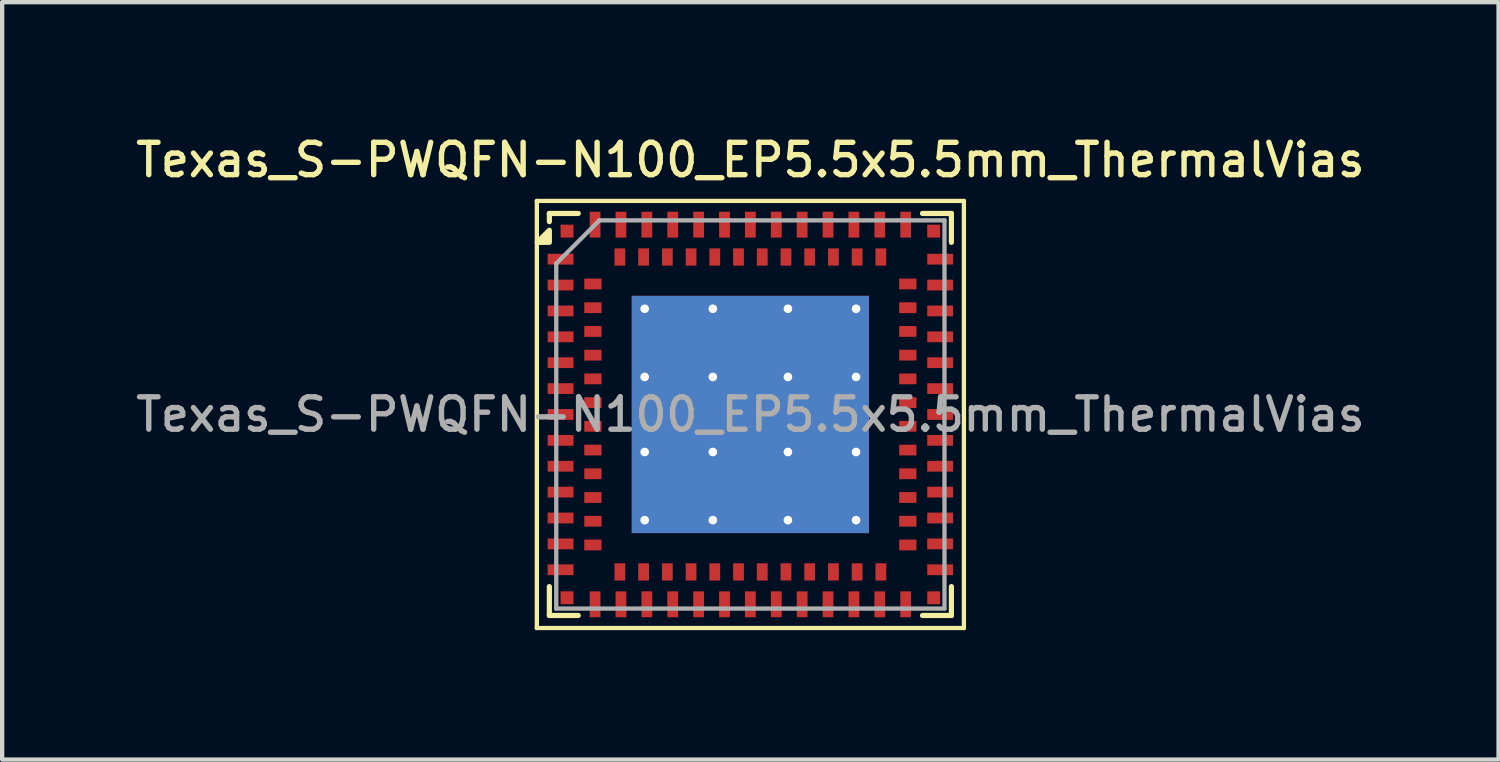
<source format=kicad_pcb>
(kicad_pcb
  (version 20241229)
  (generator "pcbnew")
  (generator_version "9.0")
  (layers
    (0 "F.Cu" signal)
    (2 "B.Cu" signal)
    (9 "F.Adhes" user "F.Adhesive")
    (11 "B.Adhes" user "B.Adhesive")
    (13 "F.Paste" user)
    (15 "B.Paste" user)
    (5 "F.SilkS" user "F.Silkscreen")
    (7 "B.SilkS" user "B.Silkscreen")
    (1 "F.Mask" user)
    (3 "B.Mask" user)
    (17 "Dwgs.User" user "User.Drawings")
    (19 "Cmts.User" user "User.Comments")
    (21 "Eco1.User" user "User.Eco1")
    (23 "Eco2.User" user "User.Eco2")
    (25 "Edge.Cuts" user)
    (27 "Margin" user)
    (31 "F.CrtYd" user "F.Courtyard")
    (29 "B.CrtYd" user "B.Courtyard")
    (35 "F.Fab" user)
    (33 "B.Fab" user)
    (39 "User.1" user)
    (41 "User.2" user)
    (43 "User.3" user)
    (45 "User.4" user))
  (footprint "Texas_S-PWQFN-N100_EP5.5x5.5mm_ThermalVias"
    (layer "F.Cu")
    (at 14.345 6.558)
    (property "Reference" "Texas_S-PWQFN-N100_EP5.5x5.5mm_ThermalVias" (at 0 -5.9 0) (layer "F.SilkS") (effects (font (size 0.75 0.75) (thickness 0.125))))
    (attr smd)
    (fp_line (start -4.95 -4.95) (end 4.95 -4.95) (stroke (width 0.1) (type solid)) (layer "F.SilkS"))
    (fp_line (start -4.95 4.95) (end -4.95 -4.95) (stroke (width 0.1) (type solid)) (layer "F.SilkS"))
    (fp_line (start -4.66 -4.66) (end -3.99 -4.66) (stroke (width 0.12) (type solid)) (layer "F.SilkS"))
    (fp_line (start -4.66 -4.47) (end -4.66 -4.66) (stroke (width 0.12) (type solid)) (layer "F.SilkS"))
    (fp_line (start -4.66 3.99) (end -4.66 4.66) (stroke (width 0.12) (type solid)) (layer "F.SilkS"))
    (fp_line (start -4.66 4.66) (end -3.99 4.66) (stroke (width 0.12) (type solid)) (layer "F.SilkS"))
    (fp_line (start 4.66 -4.66) (end 3.99 -4.66) (stroke (width 0.12) (type solid)) (layer "F.SilkS"))
    (fp_line (start 4.66 -3.99) (end 4.66 -4.66) (stroke (width 0.12) (type solid)) (layer "F.SilkS"))
    (fp_line (start 4.66 3.99) (end 4.66 4.66) (stroke (width 0.12) (type solid)) (layer "F.SilkS"))
    (fp_line (start 4.66 4.66) (end 3.99 4.66) (stroke (width 0.12) (type solid)) (layer "F.SilkS"))
    (fp_line (start 4.95 -4.95) (end 4.95 4.95) (stroke (width 0.1) (type solid)) (layer "F.SilkS"))
    (fp_line (start 4.95 4.95) (end -4.95 4.95) (stroke (width 0.1) (type solid)) (layer "F.SilkS"))
    (fp_poly (pts (xy -4.66 -3.99) (xy -4.94 -3.99) (xy -4.66 -4.27) (xy -4.66 -3.99)) (stroke (width 0.12) (type solid)) (fill yes) (layer "F.SilkS"))
    (fp_line (start -4.5 -3.5) (end -4.5 4.5) (stroke (width 0.1) (type solid)) (layer "F.Fab"))
    (fp_line (start -4.5 4.5) (end 4.5 4.5) (stroke (width 0.1) (type solid)) (layer "F.Fab"))
    (fp_line (start -3.5 -4.5) (end -4.5 -3.5) (stroke (width 0.1) (type default)) (layer "F.Fab"))
    (fp_line (start -3.5 -4.5) (end 4.5 -4.5) (stroke (width 0.1) (type solid)) (layer "F.Fab"))
    (fp_line (start 4.5 -4.5) (end 4.5 4.5) (stroke (width 0.1) (type solid)) (layer "F.Fab"))
    (fp_text user "${REFERENCE}" (at 0 0 0) (layer "F.Fab") (effects (font (size 0.75 0.75) (thickness 0.125))))
    (pad "" smd rect (at -1.66 -1.66) (size 1.5 1.5) (layers "F.Paste"))
    (pad "" smd rect (at -1.66 0) (size 1.5 1.5) (layers "F.Paste"))
    (pad "" smd rect (at -1.66 1.66) (size 1.5 1.5) (layers "F.Paste"))
    (pad "" smd rect (at 0 -1.66) (size 1.5 1.5) (layers "F.Paste"))
    (pad "" smd rect (at 0 0) (size 1.5 1.5) (layers "F.Paste"))
    (pad "" smd rect (at 0 1.66) (size 1.5 1.5) (layers "F.Paste"))
    (pad "" smd rect (at 1.66 -1.66) (size 1.5 1.5) (layers "F.Paste"))
    (pad "" smd rect (at 1.66 0) (size 1.5 1.5) (layers "F.Paste"))
    (pad "" smd rect (at 1.66 1.66) (size 1.5 1.5) (layers "F.Paste"))
    (pad "A1" smd rect (at -4.4 -3.6 90) (size 0.25 0.6) (layers "F.Cu" "F.Mask" "F.Paste"))
    (pad "A2" smd rect (at -4.4 -3 90) (size 0.25 0.6) (layers "F.Cu" "F.Mask" "F.Paste"))
    (pad "A3" smd rect (at -4.4 -2.4 90) (size 0.25 0.6) (layers "F.Cu" "F.Mask" "F.Paste"))
    (pad "A4" smd rect (at -4.4 -1.8 90) (size 0.25 0.6) (layers "F.Cu" "F.Mask" "F.Paste"))
    (pad "A5" smd rect (at -4.4 -1.2 90) (size 0.25 0.6) (layers "F.Cu" "F.Mask" "F.Paste"))
    (pad "A6" smd rect (at -4.4 -0.6 90) (size 0.25 0.6) (layers "F.Cu" "F.Mask" "F.Paste"))
    (pad "A7" smd rect (at -4.4 0 90) (size 0.25 0.6) (layers "F.Cu" "F.Mask" "F.Paste"))
    (pad "A8" smd rect (at -4.4 0.6 90) (size 0.25 0.6) (layers "F.Cu" "F.Mask" "F.Paste"))
    (pad "A9" smd rect (at -4.4 1.2 90) (size 0.25 0.6) (layers "F.Cu" "F.Mask" "F.Paste"))
    (pad "A10" smd rect (at -4.4 1.8 90) (size 0.25 0.6) (layers "F.Cu" "F.Mask" "F.Paste"))
    (pad "A11" smd rect (at -4.4 2.4 90) (size 0.25 0.6) (layers "F.Cu" "F.Mask" "F.Paste"))
    (pad "A12" smd rect (at -4.4 3 90) (size 0.25 0.6) (layers "F.Cu" "F.Mask" "F.Paste"))
    (pad "A13" smd rect (at -4.4 3.6 90) (size 0.25 0.6) (layers "F.Cu" "F.Mask" "F.Paste"))
    (pad "A14" smd rect (at -3.6 4.4) (size 0.25 0.6) (layers "F.Cu" "F.Mask" "F.Paste"))
    (pad "A15" smd rect (at -3 4.4) (size 0.25 0.6) (layers "F.Cu" "F.Mask" "F.Paste"))
    (pad "A16" smd rect (at -2.4 4.4) (size 0.25 0.6) (layers "F.Cu" "F.Mask" "F.Paste"))
    (pad "A17" smd rect (at -1.8 4.4) (size 0.25 0.6) (layers "F.Cu" "F.Mask" "F.Paste"))
    (pad "A18" smd rect (at -1.2 4.4) (size 0.25 0.6) (layers "F.Cu" "F.Mask" "F.Paste"))
    (pad "A19" smd rect (at -0.6 4.4) (size 0.25 0.6) (layers "F.Cu" "F.Mask" "F.Paste"))
    (pad "A20" smd rect (at 0 4.4) (size 0.25 0.6) (layers "F.Cu" "F.Mask" "F.Paste"))
    (pad "A21" smd rect (at 0.6 4.4) (size 0.25 0.6) (layers "F.Cu" "F.Mask" "F.Paste"))
    (pad "A22" smd rect (at 1.2 4.4) (size 0.25 0.6) (layers "F.Cu" "F.Mask" "F.Paste"))
    (pad "A23" smd rect (at 1.8 4.4) (size 0.25 0.6) (layers "F.Cu" "F.Mask" "F.Paste"))
    (pad "A24" smd rect (at 2.4 4.4) (size 0.25 0.6) (layers "F.Cu" "F.Mask" "F.Paste"))
    (pad "A25" smd rect (at 3 4.4) (size 0.25 0.6) (layers "F.Cu" "F.Mask" "F.Paste"))
    (pad "A26" smd rect (at 3.6 4.4) (size 0.25 0.6) (layers "F.Cu" "F.Mask" "F.Paste"))
    (pad "A27" smd rect (at 4.4 3.6 90) (size 0.25 0.6) (layers "F.Cu" "F.Mask" "F.Paste"))
    (pad "A28" smd rect (at 4.4 3 90) (size 0.25 0.6) (layers "F.Cu" "F.Mask" "F.Paste"))
    (pad "A29" smd rect (at 4.4 2.4 90) (size 0.25 0.6) (layers "F.Cu" "F.Mask" "F.Paste"))
    (pad "A30" smd rect (at 4.4 1.8 90) (size 0.25 0.6) (layers "F.Cu" "F.Mask" "F.Paste"))
    (pad "A31" smd rect (at 4.4 1.2 90) (size 0.25 0.6) (layers "F.Cu" "F.Mask" "F.Paste"))
    (pad "A32" smd rect (at 4.4 0.6 90) (size 0.25 0.6) (layers "F.Cu" "F.Mask" "F.Paste"))
    (pad "A33" smd rect (at 4.4 0 90) (size 0.25 0.6) (layers "F.Cu" "F.Mask" "F.Paste"))
    (pad "A34" smd rect (at 4.4 -0.6 90) (size 0.25 0.6) (layers "F.Cu" "F.Mask" "F.Paste"))
    (pad "A35" smd rect (at 4.4 -1.2 90) (size 0.25 0.6) (layers "F.Cu" "F.Mask" "F.Paste"))
    (pad "A36" smd rect (at 4.4 -1.8 90) (size 0.25 0.6) (layers "F.Cu" "F.Mask" "F.Paste"))
    (pad "A37" smd rect (at 4.4 -2.4 90) (size 0.25 0.6) (layers "F.Cu" "F.Mask" "F.Paste"))
    (pad "A38" smd rect (at 4.4 -3 90) (size 0.25 0.6) (layers "F.Cu" "F.Mask" "F.Paste"))
    (pad "A39" smd rect (at 4.4 -3.6 90) (size 0.25 0.6) (layers "F.Cu" "F.Mask" "F.Paste"))
    (pad "A40" smd rect (at 3.6 -4.4) (size 0.25 0.6) (layers "F.Cu" "F.Mask" "F.Paste"))
    (pad "A41" smd rect (at 3 -4.4) (size 0.25 0.6) (layers "F.Cu" "F.Mask" "F.Paste"))
    (pad "A42" smd rect (at 2.4 -4.4) (size 0.25 0.6) (layers "F.Cu" "F.Mask" "F.Paste"))
    (pad "A43" smd rect (at 1.8 -4.4) (size 0.25 0.6) (layers "F.Cu" "F.Mask" "F.Paste"))
    (pad "A44" smd rect (at 1.2 -4.4) (size 0.25 0.6) (layers "F.Cu" "F.Mask" "F.Paste"))
    (pad "A45" smd rect (at 0.6 -4.4) (size 0.25 0.6) (layers "F.Cu" "F.Mask" "F.Paste"))
    (pad "A46" smd rect (at 0 -4.4) (size 0.25 0.6) (layers "F.Cu" "F.Mask" "F.Paste"))
    (pad "A47" smd rect (at -0.6 -4.4) (size 0.25 0.6) (layers "F.Cu" "F.Mask" "F.Paste"))
    (pad "A48" smd rect (at -1.2 -4.4) (size 0.25 0.6) (layers "F.Cu" "F.Mask" "F.Paste"))
    (pad "A49" smd rect (at -1.8 -4.4) (size 0.25 0.6) (layers "F.Cu" "F.Mask" "F.Paste"))
    (pad "A50" smd rect (at -2.4 -4.4) (size 0.25 0.6) (layers "F.Cu" "F.Mask" "F.Paste"))
    (pad "A51" smd rect (at -3 -4.4) (size 0.25 0.6) (layers "F.Cu" "F.Mask" "F.Paste"))
    (pad "A52" smd rect (at -3.6 -4.4) (size 0.25 0.6) (layers "F.Cu" "F.Mask" "F.Paste"))
    (pad "A53" thru_hole circle (at -2.45 -2.45) (size 0.5 0.5) (drill 0.2) (layers "*.Cu"))
    (pad "A53" thru_hole circle (at -2.45 -0.87) (size 0.5 0.5) (drill 0.2) (layers "*.Cu"))
    (pad "A53" thru_hole circle (at -2.45 0.87) (size 0.5 0.5) (drill 0.2) (layers "*.Cu"))
    (pad "A53" thru_hole circle (at -2.45 2.45) (size 0.5 0.5) (drill 0.2) (layers "*.Cu"))
    (pad "A53" thru_hole circle (at -0.87 -2.45) (size 0.5 0.5) (drill 0.2) (layers "*.Cu"))
    (pad "A53" thru_hole circle (at -0.87 -0.87) (size 0.5 0.5) (drill 0.2) (layers "*.Cu"))
    (pad "A53" thru_hole circle (at -0.87 0.87) (size 0.5 0.5) (drill 0.2) (layers "*.Cu"))
    (pad "A53" thru_hole circle (at -0.87 2.45) (size 0.5 0.5) (drill 0.2) (layers "*.Cu"))
    (pad "A53" smd rect (at 0 0) (size 5.5 5.5) (layers "F.Cu" "F.Mask"))
    (pad "A53" smd rect (at 0 0) (size 5.5 5.5) (layers "B.Cu"))
    (pad "A53" thru_hole circle (at 0.87 -2.45) (size 0.5 0.5) (drill 0.2) (layers "*.Cu"))
    (pad "A53" thru_hole circle (at 0.87 -0.87) (size 0.5 0.5) (drill 0.2) (layers "*.Cu"))
    (pad "A53" thru_hole circle (at 0.87 0.87) (size 0.5 0.5) (drill 0.2) (layers "*.Cu"))
    (pad "A53" thru_hole circle (at 0.87 2.45) (size 0.5 0.5) (drill 0.2) (layers "*.Cu"))
    (pad "A53" thru_hole circle (at 2.45 -2.45) (size 0.5 0.5) (drill 0.2) (layers "*.Cu"))
    (pad "A53" thru_hole circle (at 2.45 -0.87) (size 0.5 0.5) (drill 0.2) (layers "*.Cu"))
    (pad "A53" thru_hole circle (at 2.45 0.87) (size 0.5 0.5) (drill 0.2) (layers "*.Cu"))
    (pad "A53" thru_hole circle (at 2.45 2.45) (size 0.5 0.5) (drill 0.2) (layers "*.Cu"))
    (pad "B1" smd rect (at -3.65 -3.025 90) (size 0.25 0.4) (layers "F.Cu" "F.Mask" "F.Paste"))
    (pad "B2" smd rect (at -3.65 -2.475 90) (size 0.25 0.4) (layers "F.Cu" "F.Mask" "F.Paste"))
    (pad "B3" smd rect (at -3.65 -1.925 90) (size 0.25 0.4) (layers "F.Cu" "F.Mask" "F.Paste"))
    (pad "B4" smd rect (at -3.65 -1.375 90) (size 0.25 0.4) (layers "F.Cu" "F.Mask" "F.Paste"))
    (pad "B5" smd rect (at -3.65 -0.825 90) (size 0.25 0.4) (layers "F.Cu" "F.Mask" "F.Paste"))
    (pad "B6" smd rect (at -3.65 -0.275 90) (size 0.25 0.4) (layers "F.Cu" "F.Mask" "F.Paste"))
    (pad "B7" smd rect (at -3.65 0.275 90) (size 0.25 0.4) (layers "F.Cu" "F.Mask" "F.Paste"))
    (pad "B8" smd rect (at -3.65 0.825 90) (size 0.25 0.4) (layers "F.Cu" "F.Mask" "F.Paste"))
    (pad "B9" smd rect (at -3.65 1.375 90) (size 0.25 0.4) (layers "F.Cu" "F.Mask" "F.Paste"))
    (pad "B10" smd rect (at -3.65 1.925 90) (size 0.25 0.4) (layers "F.Cu" "F.Mask" "F.Paste"))
    (pad "B11" smd rect (at -3.65 2.475 90) (size 0.25 0.4) (layers "F.Cu" "F.Mask" "F.Paste"))
    (pad "B12" smd rect (at -3.65 3.025 90) (size 0.25 0.4) (layers "F.Cu" "F.Mask" "F.Paste"))
    (pad "B13" smd rect (at -3.025 3.65) (size 0.25 0.4) (layers "F.Cu" "F.Mask" "F.Paste"))
    (pad "B14" smd rect (at -2.475 3.65) (size 0.25 0.4) (layers "F.Cu" "F.Mask" "F.Paste"))
    (pad "B15" smd rect (at -1.925 3.65) (size 0.25 0.4) (layers "F.Cu" "F.Mask" "F.Paste"))
    (pad "B16" smd rect (at -1.375 3.65) (size 0.25 0.4) (layers "F.Cu" "F.Mask" "F.Paste"))
    (pad "B17" smd rect (at -0.825 3.65) (size 0.25 0.4) (layers "F.Cu" "F.Mask" "F.Paste"))
    (pad "B18" smd rect (at -0.275 3.65) (size 0.25 0.4) (layers "F.Cu" "F.Mask" "F.Paste"))
    (pad "B19" smd rect (at 0.275 3.65) (size 0.25 0.4) (layers "F.Cu" "F.Mask" "F.Paste"))
    (pad "B20" smd rect (at 0.825 3.65) (size 0.25 0.4) (layers "F.Cu" "F.Mask" "F.Paste"))
    (pad "B21" smd rect (at 1.375 3.65) (size 0.25 0.4) (layers "F.Cu" "F.Mask" "F.Paste"))
    (pad "B22" smd rect (at 1.925 3.65) (size 0.25 0.4) (layers "F.Cu" "F.Mask" "F.Paste"))
    (pad "B23" smd rect (at 2.475 3.65) (size 0.25 0.4) (layers "F.Cu" "F.Mask" "F.Paste"))
    (pad "B24" smd rect (at 3.025 3.65) (size 0.25 0.4) (layers "F.Cu" "F.Mask" "F.Paste"))
    (pad "B25" smd rect (at 3.65 3.025 90) (size 0.25 0.4) (layers "F.Cu" "F.Mask" "F.Paste"))
    (pad "B26" smd rect (at 3.65 2.475 90) (size 0.25 0.4) (layers "F.Cu" "F.Mask" "F.Paste"))
    (pad "B27" smd rect (at 3.65 1.925 90) (size 0.25 0.4) (layers "F.Cu" "F.Mask" "F.Paste"))
    (pad "B28" smd rect (at 3.65 1.375 90) (size 0.25 0.4) (layers "F.Cu" "F.Mask" "F.Paste"))
    (pad "B29" smd rect (at 3.65 0.825 90) (size 0.25 0.4) (layers "F.Cu" "F.Mask" "F.Paste"))
    (pad "B30" smd rect (at 3.65 0.275 90) (size 0.25 0.4) (layers "F.Cu" "F.Mask" "F.Paste"))
    (pad "B31" smd rect (at 3.65 -0.275 90) (size 0.25 0.4) (layers "F.Cu" "F.Mask" "F.Paste"))
    (pad "B32" smd rect (at 3.65 -0.825 90) (size 0.25 0.4) (layers "F.Cu" "F.Mask" "F.Paste"))
    (pad "B33" smd rect (at 3.65 -1.375 90) (size 0.25 0.4) (layers "F.Cu" "F.Mask" "F.Paste"))
    (pad "B34" smd rect (at 3.65 -1.925 90) (size 0.25 0.4) (layers "F.Cu" "F.Mask" "F.Paste"))
    (pad "B35" smd rect (at 3.65 -2.475 90) (size 0.25 0.4) (layers "F.Cu" "F.Mask" "F.Paste"))
    (pad "B36" smd rect (at 3.65 -3.025 90) (size 0.25 0.4) (layers "F.Cu" "F.Mask" "F.Paste"))
    (pad "B37" smd rect (at 3.025 -3.65) (size 0.25 0.4) (layers "F.Cu" "F.Mask" "F.Paste"))
    (pad "B38" smd rect (at 2.475 -3.65) (size 0.25 0.4) (layers "F.Cu" "F.Mask" "F.Paste"))
    (pad "B39" smd rect (at 1.925 -3.65) (size 0.25 0.4) (layers "F.Cu" "F.Mask" "F.Paste"))
    (pad "B40" smd rect (at 1.375 -3.65) (size 0.25 0.4) (layers "F.Cu" "F.Mask" "F.Paste"))
    (pad "B41" smd rect (at 0.825 -3.65) (size 0.25 0.4) (layers "F.Cu" "F.Mask" "F.Paste"))
    (pad "B42" smd rect (at 0.275 -3.65) (size 0.25 0.4) (layers "F.Cu" "F.Mask" "F.Paste"))
    (pad "B43" smd rect (at -0.275 -3.65) (size 0.25 0.4) (layers "F.Cu" "F.Mask" "F.Paste"))
    (pad "B44" smd rect (at -0.825 -3.65) (size 0.25 0.4) (layers "F.Cu" "F.Mask" "F.Paste"))
    (pad "B45" smd rect (at -1.375 -3.65) (size 0.25 0.4) (layers "F.Cu" "F.Mask" "F.Paste"))
    (pad "B46" smd rect (at -1.925 -3.65) (size 0.25 0.4) (layers "F.Cu" "F.Mask" "F.Paste"))
    (pad "B47" smd rect (at -2.475 -3.65) (size 0.25 0.4) (layers "F.Cu" "F.Mask" "F.Paste"))
    (pad "B48" smd rect (at -3.025 -3.65) (size 0.25 0.4) (layers "F.Cu" "F.Mask" "F.Paste"))
    (pad "C1" smd rect (at -4.25 -4.25) (size 0.3 0.3) (layers "F.Cu" "F.Mask" "F.Paste"))
    (pad "C2" smd rect (at -4.25 4.25) (size 0.3 0.3) (layers "F.Cu" "F.Mask" "F.Paste"))
    (pad "C3" smd rect (at 4.25 4.25) (size 0.3 0.3) (layers "F.Cu" "F.Mask" "F.Paste"))
    (pad "C4" smd rect (at 4.25 -4.25) (size 0.3 0.3) (layers "F.Cu" "F.Mask" "F.Paste")))
  (gr_rect
    (start -3 -3)
    (end 31.689 14.558)
    (stroke (width 0.1) (type default))
    (fill no)
    (layer "Edge.Cuts")))
</source>
